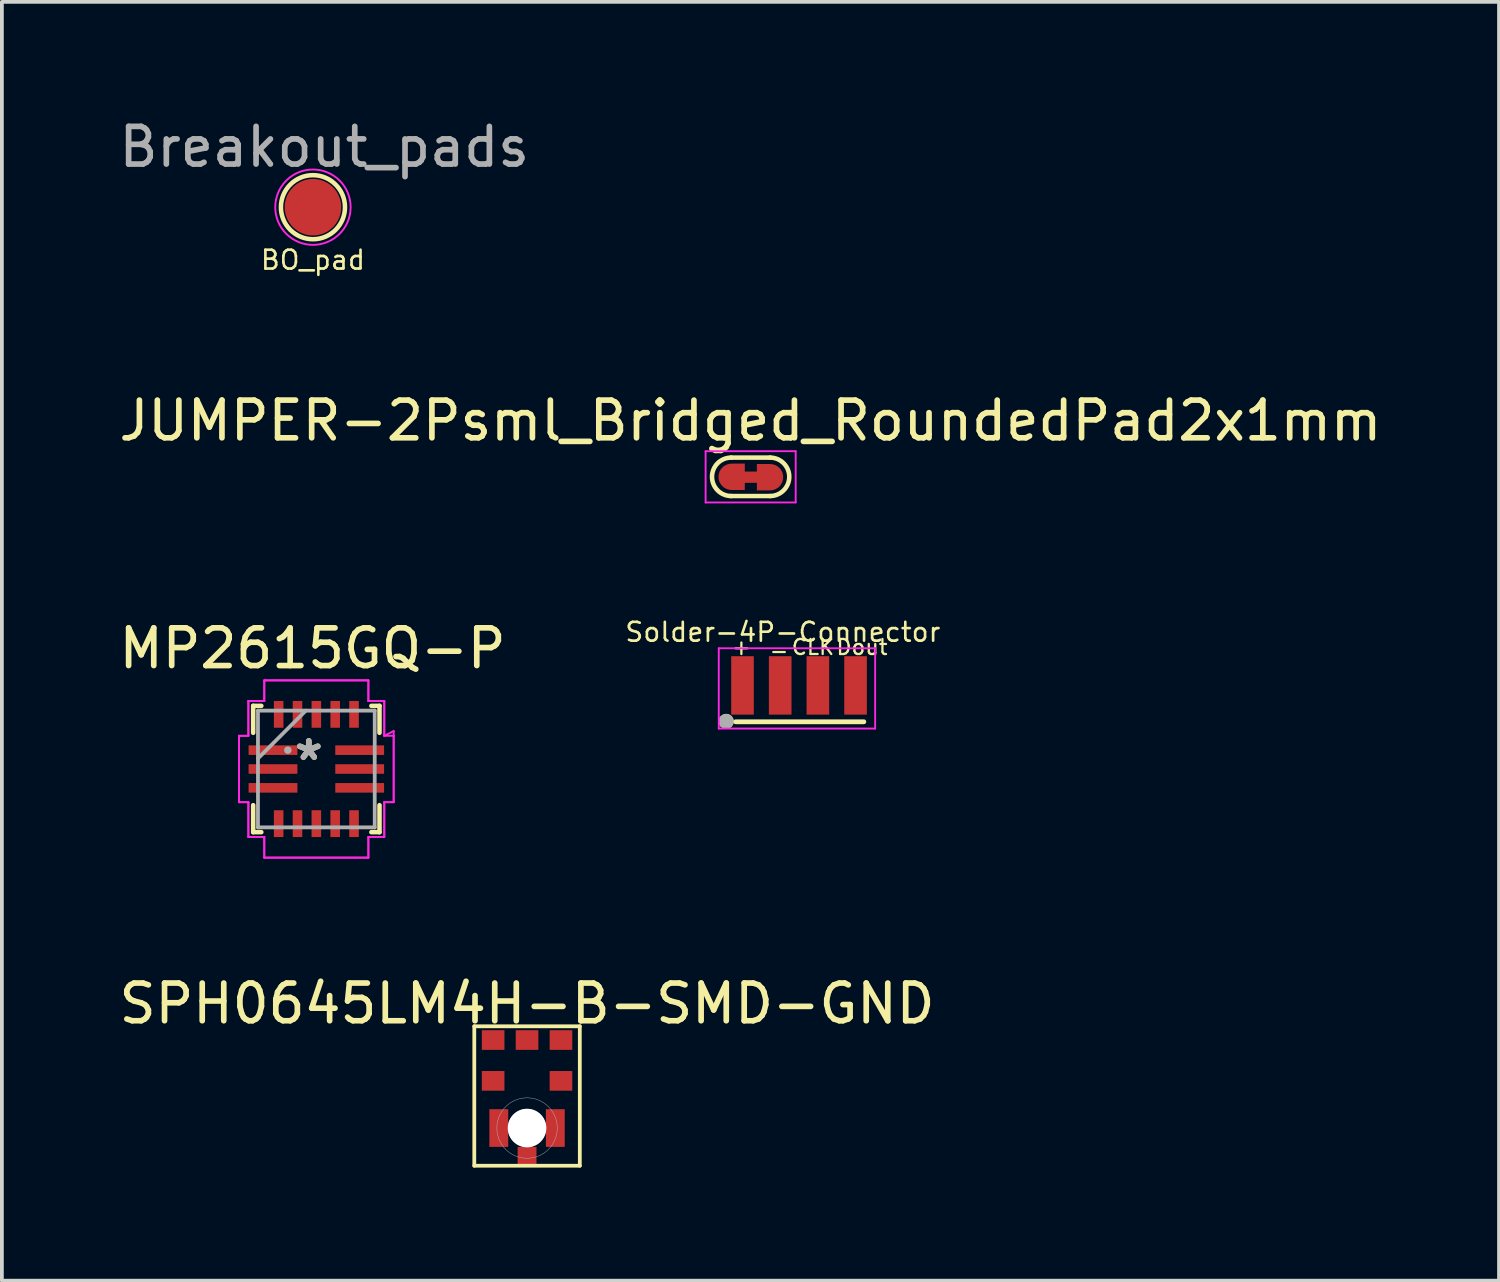
<source format=kicad_pcb>
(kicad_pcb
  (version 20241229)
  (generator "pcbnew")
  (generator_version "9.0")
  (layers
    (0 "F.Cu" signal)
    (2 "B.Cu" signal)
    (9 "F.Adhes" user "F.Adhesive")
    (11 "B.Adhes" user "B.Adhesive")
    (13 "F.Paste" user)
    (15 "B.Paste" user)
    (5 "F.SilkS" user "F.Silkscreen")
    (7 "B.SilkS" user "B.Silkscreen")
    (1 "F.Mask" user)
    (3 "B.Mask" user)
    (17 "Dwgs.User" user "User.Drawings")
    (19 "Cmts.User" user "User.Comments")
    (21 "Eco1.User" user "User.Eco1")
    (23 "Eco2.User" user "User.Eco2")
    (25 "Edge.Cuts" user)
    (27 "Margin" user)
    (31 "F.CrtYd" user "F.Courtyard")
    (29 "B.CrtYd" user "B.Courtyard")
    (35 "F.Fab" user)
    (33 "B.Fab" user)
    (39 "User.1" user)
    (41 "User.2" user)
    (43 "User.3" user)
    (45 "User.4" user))
  (footprint "Breakout_pads"
    (layer "F.Cu")
    (at 5.254 2.448)
    (property "Reference" "Breakout_pads" (at 0.3 -1.6 0) (unlocked yes) (layer "F.Fab") (effects (font (size 1 1) (thickness 0.15))))
    (property "Value" "BO_pad" (at 0 1.5 0) (unlocked yes) (layer "F.Fab") (hide yes) (effects (font (size 1 1) (thickness 0.15))))
    (attr smd)
    (fp_circle (center 0 0) (end 0.85 0) (stroke (width 0.12) (type solid)) (fill no) (layer "F.SilkS"))
    (fp_circle (center 0 0) (end 1 0) (stroke (width 0.05) (type solid)) (fill no) (layer "F.CrtYd"))
    (fp_text user "${VALUE}" (at 0 1.4 0) (unlocked yes) (layer "F.SilkS") (effects (font (size 0.5 0.5) (thickness 0.07))))
    (pad "1" smd circle (at 0 0) (size 1.5 1.5) (layers "F.Cu" "F.Mask")))
  (footprint "Solder-4P-Connector"
    (layer "F.Cu")
    (at 18.122 15.122)
    (property "Reference" "Solder-4P-Connector" (at -0.4 -1.4 0) (layer "F.SilkS") (effects (font (size 0.5 0.5) (thickness 0.07))))
    (attr through_hole)
    (fp_line (start -1.65 0.98) (end 1.75 0.98) (stroke (width 0.127) (type solid)) (layer "F.SilkS"))
    (fp_circle (center -1.9 0.97) (end -1.8 0.97) (stroke (width 0.2) (type solid)) (fill no) (layer "F.SilkS"))
    (fp_line (start -2.1 -0.97) (end 2.05 -0.97) (stroke (width 0.05) (type solid)) (layer "F.CrtYd"))
    (fp_line (start -2.1 1.16) (end -2.1 -0.97) (stroke (width 0.05) (type solid)) (layer "F.CrtYd"))
    (fp_line (start 2.05 -0.97) (end 2.05 1.16) (stroke (width 0.05) (type solid)) (layer "F.CrtYd"))
    (fp_line (start 2.05 1.16) (end -2.1 1.16) (stroke (width 0.05) (type solid)) (layer "F.CrtYd"))
    (fp_circle (center -1.91 0.97) (end -1.81 0.97) (stroke (width 0.2) (type solid)) (fill no) (layer "F.Fab"))
    (fp_text user "Dout" (at 1.7 -1 0) (unlocked yes) (layer "F.SilkS") (effects (font (size 0.4 0.4) (thickness 0.06))))
    (fp_text user "-" (at -0.5 -0.9 0) (unlocked yes) (layer "F.SilkS") (effects (font (size 0.4 0.4) (thickness 0.06))))
    (fp_text user "CLK" (at 0.4 -1 0) (unlocked yes) (layer "F.SilkS") (effects (font (size 0.4 0.4) (thickness 0.06))))
    (fp_text user "+" (at -1.5 -1 0) (unlocked yes) (layer "F.SilkS") (effects (font (size 0.4 0.4) (thickness 0.06))))
    (pad "1" smd rect (at -1.47 0.015) (size 0.6 1.55) (layers "F.Cu" "F.Mask" "F.Paste"))
    (pad "2" smd rect (at -0.47 0.015) (size 0.6 1.55) (layers "F.Cu" "F.Mask" "F.Paste"))
    (pad "3" smd rect (at 0.53 0.015) (size 0.6 1.55) (layers "F.Cu" "F.Mask" "F.Paste"))
    (pad "4" smd rect (at 1.53 0.015) (size 0.6 1.55) (layers "F.Cu" "F.Mask" "F.Paste")))
  (footprint "MP2615GQ-P"
    (layer "F.Cu")
    (at 5.344 17.355)
    (property "Reference" "MP2615GQ-P" (at -0.1 -3.2 0) (layer "F.SilkS") (effects (font (size 1 1) (thickness 0.15))))
    (attr through_hole)
    (fp_line (start -1.676 -1.676) (end -1.676 -0.96) (stroke (width 0.12) (type solid)) (layer "F.SilkS"))
    (fp_line (start -1.676 0.96) (end -1.676 1.676) (stroke (width 0.12) (type solid)) (layer "F.SilkS"))
    (fp_line (start -1.676 1.676) (end -1.46 1.676) (stroke (width 0.12) (type solid)) (layer "F.SilkS"))
    (fp_line (start -1.46 -1.676) (end -1.676 -1.676) (stroke (width 0.12) (type solid)) (layer "F.SilkS"))
    (fp_line (start 1.46 1.676) (end 1.676 1.676) (stroke (width 0.12) (type solid)) (layer "F.SilkS"))
    (fp_line (start 1.676 -1.676) (end 1.46 -1.676) (stroke (width 0.12) (type solid)) (layer "F.SilkS"))
    (fp_line (start 1.676 -0.96) (end 1.676 -1.676) (stroke (width 0.12) (type solid)) (layer "F.SilkS"))
    (fp_line (start 1.676 1.676) (end 1.676 0.96) (stroke (width 0.12) (type solid)) (layer "F.SilkS"))
    (fp_line (start -2.052 -0.881) (end -1.803 -0.881) (stroke (width 0.05) (type solid)) (layer "F.CrtYd"))
    (fp_line (start -2.052 -0.881) (end -1.803 -0.881) (stroke (width 0.05) (type solid)) (layer "F.CrtYd"))
    (fp_line (start -2.052 0.881) (end -2.052 -0.881) (stroke (width 0.05) (type solid)) (layer "F.CrtYd"))
    (fp_line (start -2.052 0.881) (end -2.052 -0.881) (stroke (width 0.05) (type solid)) (layer "F.CrtYd"))
    (fp_line (start -1.803 -1.803) (end -1.381 -1.803) (stroke (width 0.05) (type solid)) (layer "F.CrtYd"))
    (fp_line (start -1.803 -1.803) (end -1.381 -1.803) (stroke (width 0.05) (type solid)) (layer "F.CrtYd"))
    (fp_line (start -1.803 -0.881) (end -1.803 -1.803) (stroke (width 0.05) (type solid)) (layer "F.CrtYd"))
    (fp_line (start -1.803 -0.881) (end -1.803 -1.803) (stroke (width 0.05) (type solid)) (layer "F.CrtYd"))
    (fp_line (start -1.803 0.881) (end -2.052 0.881) (stroke (width 0.05) (type solid)) (layer "F.CrtYd"))
    (fp_line (start -1.803 0.881) (end -2.052 0.881) (stroke (width 0.05) (type solid)) (layer "F.CrtYd"))
    (fp_line (start -1.803 1.803) (end -1.803 0.881) (stroke (width 0.05) (type solid)) (layer "F.CrtYd"))
    (fp_line (start -1.803 1.803) (end -1.803 0.881) (stroke (width 0.05) (type solid)) (layer "F.CrtYd"))
    (fp_line (start -1.381 -2.352) (end 1.381 -2.352) (stroke (width 0.05) (type solid)) (layer "F.CrtYd"))
    (fp_line (start -1.381 -2.352) (end 1.381 -2.352) (stroke (width 0.05) (type solid)) (layer "F.CrtYd"))
    (fp_line (start -1.381 -1.803) (end -1.381 -2.352) (stroke (width 0.05) (type solid)) (layer "F.CrtYd"))
    (fp_line (start -1.381 -1.803) (end -1.381 -2.352) (stroke (width 0.05) (type solid)) (layer "F.CrtYd"))
    (fp_line (start -1.381 1.803) (end -1.803 1.803) (stroke (width 0.05) (type solid)) (layer "F.CrtYd"))
    (fp_line (start -1.381 1.803) (end -1.803 1.803) (stroke (width 0.05) (type solid)) (layer "F.CrtYd"))
    (fp_line (start -1.381 2.352) (end -1.381 1.803) (stroke (width 0.05) (type solid)) (layer "F.CrtYd"))
    (fp_line (start -1.381 2.352) (end -1.381 1.803) (stroke (width 0.05) (type solid)) (layer "F.CrtYd"))
    (fp_line (start 1.381 -2.352) (end 1.381 -1.803) (stroke (width 0.05) (type solid)) (layer "F.CrtYd"))
    (fp_line (start 1.381 -2.352) (end 1.381 -1.803) (stroke (width 0.05) (type solid)) (layer "F.CrtYd"))
    (fp_line (start 1.381 -1.803) (end 1.803 -1.803) (stroke (width 0.05) (type solid)) (layer "F.CrtYd"))
    (fp_line (start 1.381 -1.803) (end 1.803 -1.803) (stroke (width 0.05) (type solid)) (layer "F.CrtYd"))
    (fp_line (start 1.381 1.803) (end 1.381 2.352) (stroke (width 0.05) (type solid)) (layer "F.CrtYd"))
    (fp_line (start 1.381 1.803) (end 1.381 2.352) (stroke (width 0.05) (type solid)) (layer "F.CrtYd"))
    (fp_line (start 1.381 2.352) (end -1.381 2.352) (stroke (width 0.05) (type solid)) (layer "F.CrtYd"))
    (fp_line (start 1.381 2.352) (end -1.381 2.352) (stroke (width 0.05) (type solid)) (layer "F.CrtYd"))
    (fp_line (start 1.803 -1.803) (end 1.803 -0.881) (stroke (width 0.05) (type solid)) (layer "F.CrtYd"))
    (fp_line (start 1.803 -1.803) (end 1.803 -0.881) (stroke (width 0.05) (type solid)) (layer "F.CrtYd"))
    (fp_line (start 1.803 -0.881) (end 2.052 -1.008) (stroke (width 0.05) (type solid)) (layer "F.CrtYd"))
    (fp_line (start 1.803 -0.881) (end 2.052 -0.881) (stroke (width 0.05) (type solid)) (layer "F.CrtYd"))
    (fp_line (start 1.803 0.881) (end 1.803 1.803) (stroke (width 0.05) (type solid)) (layer "F.CrtYd"))
    (fp_line (start 1.803 0.881) (end 1.803 1.803) (stroke (width 0.05) (type solid)) (layer "F.CrtYd"))
    (fp_line (start 1.803 1.803) (end 1.381 1.803) (stroke (width 0.05) (type solid)) (layer "F.CrtYd"))
    (fp_line (start 1.803 1.803) (end 1.381 1.803) (stroke (width 0.05) (type solid)) (layer "F.CrtYd"))
    (fp_line (start 2.052 -1.008) (end 2.052 0.881) (stroke (width 0.05) (type solid)) (layer "F.CrtYd"))
    (fp_line (start 2.052 -0.881) (end 2.052 0.881) (stroke (width 0.05) (type solid)) (layer "F.CrtYd"))
    (fp_line (start 2.052 0.881) (end 1.803 0.881) (stroke (width 0.05) (type solid)) (layer "F.CrtYd"))
    (fp_line (start 2.052 0.881) (end 1.803 0.881) (stroke (width 0.05) (type solid)) (layer "F.CrtYd"))
    (fp_line (start -1.549 -1.549) (end -1.549 1.549) (stroke (width 0.1) (type solid)) (layer "F.Fab"))
    (fp_line (start -1.549 -0.279) (end -0.279 -1.549) (stroke (width 0.1) (type solid)) (layer "F.Fab"))
    (fp_line (start -1.549 1.549) (end 1.549 1.549) (stroke (width 0.1) (type solid)) (layer "F.Fab"))
    (fp_line (start 1.549 -1.549) (end -1.549 -1.549) (stroke (width 0.1) (type solid)) (layer "F.Fab"))
    (fp_line (start 1.549 1.549) (end 1.549 -1.549) (stroke (width 0.1) (type solid)) (layer "F.Fab"))
    (fp_circle (center -0.756 -0.5) (end -0.756 -0.5) (stroke (width 0.1) (type solid)) (fill no) (layer "F.Fab"))
    (fp_text user "*" (at -0.2 -0.2 0) (layer "F.SilkS") (effects (font (size 1 1) (thickness 0.15))))
    (fp_text user "*" (at -0.2 -0.2 0) (layer "F.Fab") (effects (font (size 1 1) (thickness 0.15))))
    (pad "1" smd rect (at -1.15 -0.5) (size 1.295 0.254) (layers "F.Cu" "F.Mask" "F.Paste"))
    (pad "2" smd rect (at -1.15 0) (size 1.295 0.254) (layers "F.Cu" "F.Mask" "F.Paste"))
    (pad "3" smd rect (at -1.15 0.5) (size 1.295 0.254) (layers "F.Cu" "F.Mask" "F.Paste"))
    (pad "4" smd rect (at -1 1.45 90) (size 0.711 0.254) (layers "F.Cu" "F.Mask" "F.Paste"))
    (pad "5" smd rect (at -0.5 1.45 90) (size 0.711 0.254) (layers "F.Cu" "F.Mask" "F.Paste"))
    (pad "6" smd rect (at 0 1.45 90) (size 0.711 0.254) (layers "F.Cu" "F.Mask" "F.Paste"))
    (pad "7" smd rect (at 0.5 1.45 90) (size 0.711 0.254) (layers "F.Cu" "F.Mask" "F.Paste"))
    (pad "8" smd rect (at 1 1.45 90) (size 0.711 0.254) (layers "F.Cu" "F.Mask" "F.Paste"))
    (pad "9" smd rect (at 1.15 0.5) (size 1.295 0.254) (layers "F.Cu" "F.Mask" "F.Paste"))
    (pad "10" smd rect (at 1.15 0) (size 1.295 0.254) (layers "F.Cu" "F.Mask" "F.Paste"))
    (pad "11" smd rect (at 1.15 -0.5) (size 1.295 0.254) (layers "F.Cu" "F.Mask" "F.Paste"))
    (pad "12" smd rect (at 1 -1.45 90) (size 0.711 0.254) (layers "F.Cu" "F.Mask" "F.Paste"))
    (pad "13" smd rect (at 0.5 -1.45 90) (size 0.711 0.254) (layers "F.Cu" "F.Mask" "F.Paste"))
    (pad "14" smd rect (at 0 -1.45 90) (size 0.711 0.254) (layers "F.Cu" "F.Mask" "F.Paste"))
    (pad "15" smd rect (at -0.5 -1.45 90) (size 0.711 0.254) (layers "F.Cu" "F.Mask" "F.Paste"))
    (pad "16" smd rect (at -1 -1.45 90) (size 0.711 0.254) (layers "F.Cu" "F.Mask" "F.Paste")))
  (footprint "JUMPER-2Psml_Bridged_RoundedPad2x1mm"
    (layer "F.Cu")
    (at 16.863 9.912)
    (property "Reference" "JUMPER-2Psml_Bridged_RoundedPad2x1mm" (at 0 -1.8 0) (layer "F.SilkS") (effects (font (size 1 1) (thickness 0.15))))
    (attr exclude_from_pos_files exclude_from_bom)
    (fp_poly (pts (xy 0.24 -0.45) (xy -0.25 -0.45) (xy -0.25 -0.15) (xy 0.24 -0.15)) (stroke (width 0) (type solid)) (fill yes) (layer "F.Cu"))
    (fp_line (start -0.51 -0.82) (end 0.52 -0.82) (stroke (width 0.12) (type solid)) (layer "F.SilkS"))
    (fp_line (start 0.52 0.2) (end -0.51 0.2) (stroke (width 0.12) (type solid)) (layer "F.SilkS"))
    (fp_arc (start -0.51 0.2) (mid -1.02 -0.31) (end -0.51 -0.82) (stroke (width 0.12) (type solid)) (layer "F.SilkS"))
    (fp_arc (start 0.52 -0.82) (mid 1.03 -0.31) (end 0.52 0.2) (stroke (width 0.12) (type solid)) (layer "F.SilkS"))
    (fp_line (start -1.19 -0.99) (end -1.19 0.37) (stroke (width 0.05) (type solid)) (layer "F.CrtYd"))
    (fp_line (start -1.19 -0.99) (end 1.2 -0.99) (stroke (width 0.05) (type solid)) (layer "F.CrtYd"))
    (fp_line (start 1.2 0.37) (end -1.19 0.37) (stroke (width 0.05) (type solid)) (layer "F.CrtYd"))
    (fp_line (start 1.2 0.37) (end 1.2 -0.99) (stroke (width 0.05) (type solid)) (layer "F.CrtYd"))
    (pad "1" smd custom (at -0.5 -0.31) (size 0.5 0.2) (layers "F.Cu" "F.Mask") (options (anchor rect)) (primitives (gr_circle (center 0 0) (end 0.35 0) (width 0) (fill yes)) (gr_poly (pts (xy 0 -0.35) (xy 0.35 -0.35) (xy 0.35 0.35) (xy 0 0.35)) (width 0) (fill yes))))
    (pad "2" smd custom (at 0.52 -0.3 180) (size 0.5 0.2) (layers "F.Cu" "F.Mask") (options (anchor rect)) (primitives (gr_circle (center 0 0) (end 0.35 0) (width 0) (fill yes)) (gr_poly (pts (xy 0 -0.35) (xy 0.35 -0.35) (xy 0.35 0.35) (xy 0 0.35)) (width 0) (fill yes)))))
  (footprint "SPH0645LM4H-B-SMD-GND"
    (layer "F.Cu")
    (at 10.935 26.882)
    (property "Reference" "SPH0645LM4H-B-SMD-GND" (at 0 -3.302 0) (layer "F.SilkS") (effects (font (size 1 1) (thickness 0.15))))
    (attr through_hole)
    (fp_line (start -1.4 -2.7) (end -1.4 1) (stroke (width 0.1) (type solid)) (layer "F.SilkS"))
    (fp_line (start -1.4 1) (end 1.4 1) (stroke (width 0.1) (type solid)) (layer "F.SilkS"))
    (fp_line (start 1.4 -2.7) (end -1.4 -2.7) (stroke (width 0.1) (type solid)) (layer "F.SilkS"))
    (fp_line (start 1.4 1) (end 1.4 -2.7) (stroke (width 0.1) (type solid)) (layer "F.SilkS"))
    (fp_circle (center 0 0) (end 0.5 0) (stroke (width 0.01) (type solid)) (fill no) (layer "Dwgs.User"))
    (fp_circle (center 0 0) (end 0.8 -0.05) (stroke (width 0.01) (type solid)) (fill no) (layer "Dwgs.User"))
    (pad "" np_thru_hole circle (at 0 0) (size 1.024 1.024) (drill 1.024) (layers "*.Cu" "*.Mask"))
    (pad "1" smd rect (at -0.9 -2.335) (size 0.6 0.522) (layers "F.Cu" "F.Mask" "F.Paste"))
    (pad "2" smd rect (at -0.9 -1.252) (size 0.6 0.522) (layers "F.Cu" "F.Mask" "F.Paste"))
    (pad "3" smd rect (at -0.75 0) (size 0.5 1) (layers "F.Cu" "F.Mask" "F.Paste"))
    (pad "3" smd rect (at 0 0.75) (size 0.5 0.5) (layers "F.Cu" "F.Mask" "F.Paste"))
    (pad "3" smd rect (at 0.75 0) (size 0.5 1) (layers "F.Cu" "F.Mask" "F.Paste"))
    (pad "4" smd rect (at 0.9 -1.252) (size 0.6 0.522) (layers "F.Cu" "F.Mask" "F.Paste"))
    (pad "5" smd rect (at 0.9 -2.335) (size 0.6 0.522) (layers "F.Cu" "F.Mask" "F.Paste"))
    (pad "6" smd rect (at 0 -2.335) (size 0.6 0.522) (layers "F.Cu" "F.Mask" "F.Paste")))
  (gr_rect
    (start -3 -3)
    (end 36.726 30.932)
    (stroke (width 0.1) (type default))
    (fill no)
    (layer "Edge.Cuts")))
</source>
